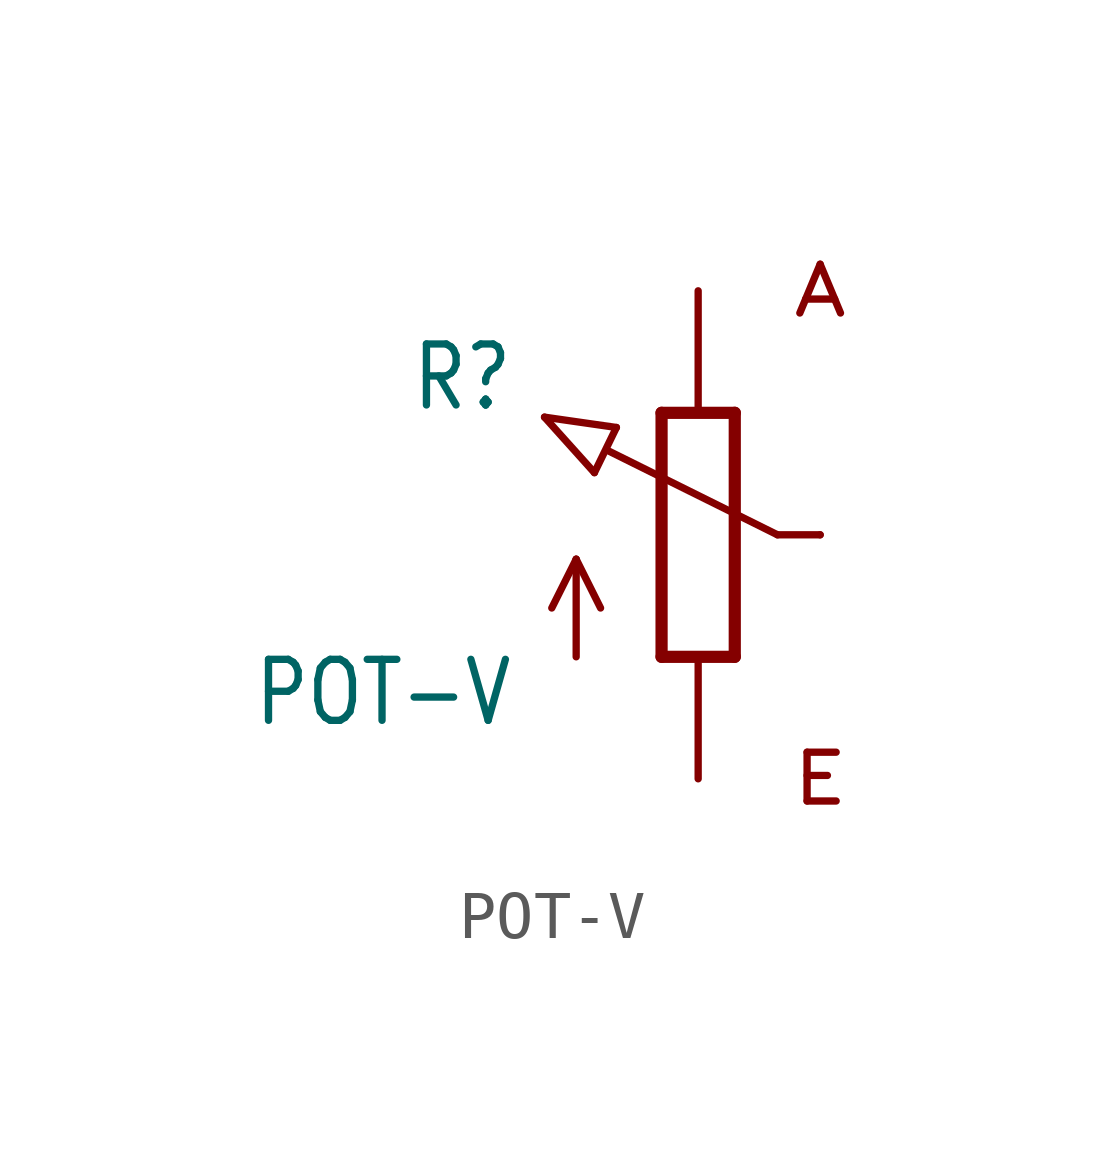
<source format=kicad_sym>
(kicad_symbol_lib
  (version 20201005)
  (generator kicad_symbol_editor)
  (symbol "POT-V"
    (property "Reference" "R"
      (at -3.81 2.54 0)
      (effects (font (size 1.27 1.079)) (justify right bottom)))
    (property "Value" "POT-V"
      (at -3.81 -2.54 0)
      (effects (font (size 1.27 1.079)) (justify right top)))
    (property "ki_locked" ""
      (at 0 0 0)
      (effects (font (size 1.27 1.27))))
    (symbol "POT-V_1_0"
      (text "A" (at 2.54 5.08 0) (effects (font (size 1.016 1.27))))
      (text "E" (at 2.54 -5.08 0) (effects (font (size 1.016 1.27))))
      (polyline (pts (xy -3.199 2.45) (xy -1.702 2.235)) (stroke (width 0.152)) (fill (type none)))
      (polyline (pts (xy -2.54 -2.54) (xy -2.54 -0.508)) (stroke (width 0.152)) (fill (type none)))
      (polyline (pts (xy -2.54 -0.508) (xy -3.048 -1.524)) (stroke (width 0.152)) (fill (type none)))
      (polyline (pts (xy -2.54 -0.508) (xy -2.032 -1.524)) (stroke (width 0.152)) (fill (type none)))
      (polyline (pts (xy -2.16 1.294) (xy -3.199 2.45)) (stroke (width 0.152)) (fill (type none)))
      (polyline (pts (xy -2.16 1.294) (xy -1.702 2.235)) (stroke (width 0.152)) (fill (type none)))
      (polyline (pts (xy -0.762 -2.54) (xy 0.762 -2.54)) (stroke (width 0.254)) (fill (type none)))
      (polyline (pts (xy -0.762 2.54) (xy -0.762 -2.54)) (stroke (width 0.254)) (fill (type none)))
      (polyline (pts (xy 0.762 -2.54) (xy 0.762 2.54)) (stroke (width 0.254)) (fill (type none)))
      (polyline (pts (xy 0.762 2.54) (xy -0.762 2.54)) (stroke (width 0.254)) (fill (type none)))
      (polyline (pts (xy 1.651 0) (xy -1.88 1.753)) (stroke (width 0.152)) (fill (type none)))
      (polyline (pts (xy 2.54 0) (xy 1.651 0)) (stroke (width 0.152)) (fill (type none)))
      (pin passive line (at 0 -5.08 90) (length 2.54) (name "A" (effects (font (size 0 0)))) (number "A" (effects (font (size 0 0)))))
      (pin passive line (at 0 5.08 270) (length 2.54) (name "E" (effects (font (size 0 0)))) (number "E" (effects (font (size 0 0)))))
      (pin passive line (at 2.54 0 180) (length 0) (name "S" (effects (font (size 0 0)))) (number "S" (effects (font (size 0 0))))))))
</source>
